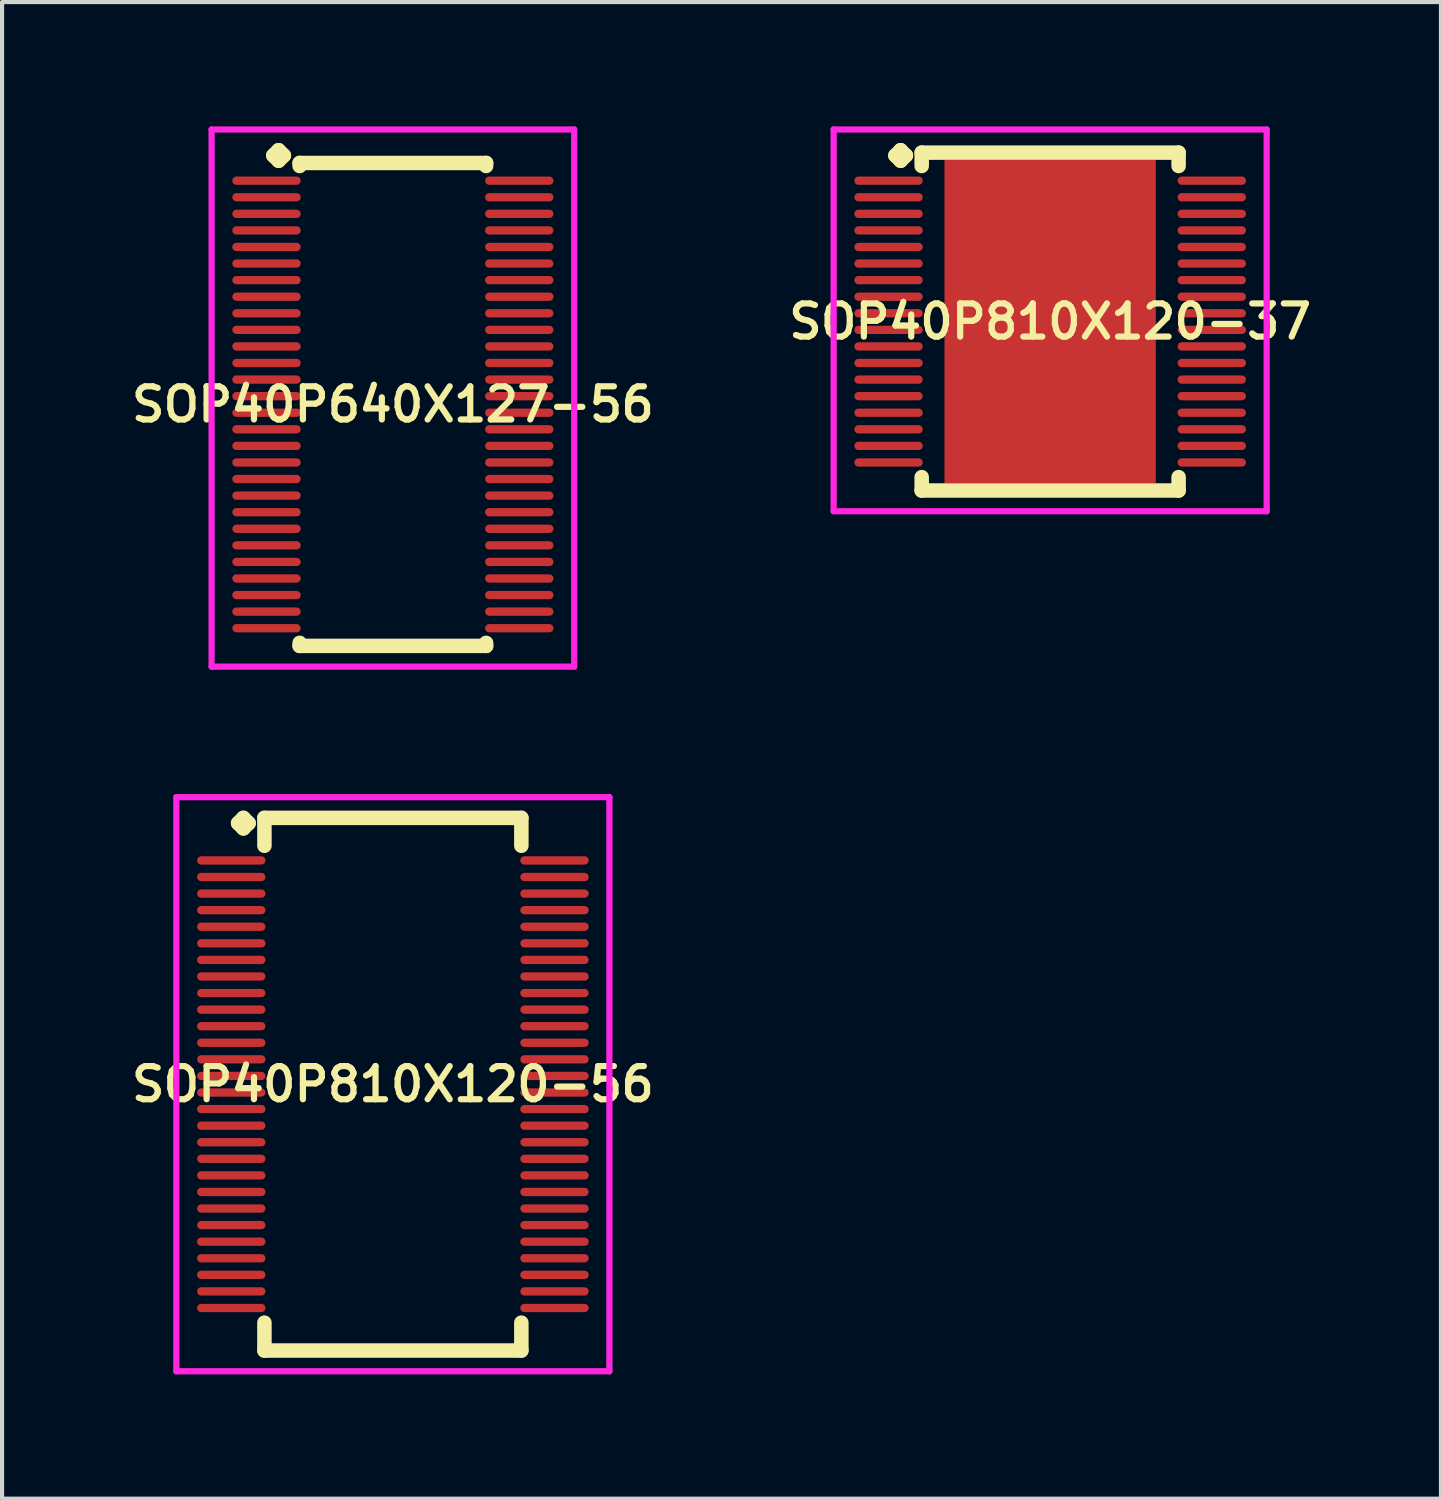
<source format=kicad_pcb>
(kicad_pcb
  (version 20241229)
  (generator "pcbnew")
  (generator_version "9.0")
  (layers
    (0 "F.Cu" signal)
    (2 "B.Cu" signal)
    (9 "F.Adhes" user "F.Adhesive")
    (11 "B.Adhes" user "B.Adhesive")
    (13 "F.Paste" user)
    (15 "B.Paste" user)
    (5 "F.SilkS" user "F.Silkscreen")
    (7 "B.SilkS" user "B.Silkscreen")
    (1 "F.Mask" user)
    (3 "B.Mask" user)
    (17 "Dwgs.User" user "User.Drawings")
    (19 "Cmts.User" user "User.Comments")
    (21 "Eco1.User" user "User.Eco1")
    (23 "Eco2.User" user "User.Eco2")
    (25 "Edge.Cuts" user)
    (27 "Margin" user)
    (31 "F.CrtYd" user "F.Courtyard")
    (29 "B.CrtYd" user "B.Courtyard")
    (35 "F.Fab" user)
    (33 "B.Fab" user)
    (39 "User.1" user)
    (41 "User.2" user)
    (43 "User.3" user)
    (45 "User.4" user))
  (footprint "SOP40P810X120-37"
    (layer "F.Cu")
    (at 22.292 4.71)
    (property "Reference" "SOP40P810X120-37" (at 0 0 0) (layer "F.SilkS") (effects (font (size 0.8 0.8) (thickness 0.15))))
    (attr smd)
    (fp_line (start -3.735 -4.008) (end -3.608 -4.135) (stroke (width 0.35) (type solid)) (layer "F.SilkS"))
    (fp_line (start -3.608 -4.135) (end -3.481 -4.008) (stroke (width 0.35) (type solid)) (layer "F.SilkS"))
    (fp_line (start -3.608 -3.881) (end -3.735 -4.008) (stroke (width 0.35) (type solid)) (layer "F.SilkS"))
    (fp_line (start -3.481 -4.008) (end -3.608 -3.881) (stroke (width 0.35) (type solid)) (layer "F.SilkS"))
    (fp_line (start -3.1 -4.077) (end 3.1 -4.077) (stroke (width 0.35) (type solid)) (layer "F.SilkS"))
    (fp_line (start -3.1 -3.754) (end -3.1 -4.077) (stroke (width 0.35) (type solid)) (layer "F.SilkS"))
    (fp_line (start -3.1 3.754) (end -3.1 4.077) (stroke (width 0.35) (type solid)) (layer "F.SilkS"))
    (fp_line (start -3.1 4.077) (end 3.1 4.077) (stroke (width 0.35) (type solid)) (layer "F.SilkS"))
    (fp_line (start 3.1 -4.077) (end 3.1 -3.754) (stroke (width 0.35) (type solid)) (layer "F.SilkS"))
    (fp_line (start 3.1 4.077) (end 3.1 3.754) (stroke (width 0.35) (type solid)) (layer "F.SilkS"))
    (fp_line (start -5.225 -4.635) (end 5.225 -4.635) (stroke (width 0.15) (type solid)) (layer "F.CrtYd"))
    (fp_line (start -5.225 4.577) (end -5.225 -4.635) (stroke (width 0.15) (type solid)) (layer "F.CrtYd"))
    (fp_line (start 5.225 -4.635) (end 5.225 4.577) (stroke (width 0.15) (type solid)) (layer "F.CrtYd"))
    (fp_line (start 5.225 4.577) (end -5.225 4.577) (stroke (width 0.15) (type solid)) (layer "F.CrtYd"))
    (pad "1" smd oval (at -3.9 -3.4) (size 1.65 0.2) (layers "F.Cu" "F.Mask" "F.Paste"))
    (pad "2" smd oval (at -3.9 -3) (size 1.65 0.2) (layers "F.Cu" "F.Mask" "F.Paste"))
    (pad "3" smd oval (at -3.9 -2.6) (size 1.65 0.2) (layers "F.Cu" "F.Mask" "F.Paste"))
    (pad "4" smd oval (at -3.9 -2.2) (size 1.65 0.2) (layers "F.Cu" "F.Mask" "F.Paste"))
    (pad "5" smd oval (at -3.9 -1.8) (size 1.65 0.2) (layers "F.Cu" "F.Mask" "F.Paste"))
    (pad "6" smd oval (at -3.9 -1.4) (size 1.65 0.2) (layers "F.Cu" "F.Mask" "F.Paste"))
    (pad "7" smd oval (at -3.9 -1) (size 1.65 0.2) (layers "F.Cu" "F.Mask" "F.Paste"))
    (pad "8" smd oval (at -3.9 -0.6) (size 1.65 0.2) (layers "F.Cu" "F.Mask" "F.Paste"))
    (pad "9" smd oval (at -3.9 -0.2) (size 1.65 0.2) (layers "F.Cu" "F.Mask" "F.Paste"))
    (pad "10" smd oval (at -3.9 0.2) (size 1.65 0.2) (layers "F.Cu" "F.Mask" "F.Paste"))
    (pad "11" smd oval (at -3.9 0.6) (size 1.65 0.2) (layers "F.Cu" "F.Mask" "F.Paste"))
    (pad "12" smd oval (at -3.9 1) (size 1.65 0.2) (layers "F.Cu" "F.Mask" "F.Paste"))
    (pad "13" smd oval (at -3.9 1.4) (size 1.65 0.2) (layers "F.Cu" "F.Mask" "F.Paste"))
    (pad "14" smd oval (at -3.9 1.8) (size 1.65 0.2) (layers "F.Cu" "F.Mask" "F.Paste"))
    (pad "15" smd oval (at -3.9 2.2) (size 1.65 0.2) (layers "F.Cu" "F.Mask" "F.Paste"))
    (pad "16" smd oval (at -3.9 2.6) (size 1.65 0.2) (layers "F.Cu" "F.Mask" "F.Paste"))
    (pad "17" smd oval (at -3.9 3) (size 1.65 0.2) (layers "F.Cu" "F.Mask" "F.Paste"))
    (pad "18" smd oval (at -3.9 3.4) (size 1.65 0.2) (layers "F.Cu" "F.Mask" "F.Paste"))
    (pad "19" smd oval (at 3.9 3.4) (size 1.65 0.2) (layers "F.Cu" "F.Mask" "F.Paste"))
    (pad "20" smd oval (at 3.9 3) (size 1.65 0.2) (layers "F.Cu" "F.Mask" "F.Paste"))
    (pad "21" smd oval (at 3.9 2.6) (size 1.65 0.2) (layers "F.Cu" "F.Mask" "F.Paste"))
    (pad "22" smd oval (at 3.9 2.2) (size 1.65 0.2) (layers "F.Cu" "F.Mask" "F.Paste"))
    (pad "23" smd oval (at 3.9 1.8) (size 1.65 0.2) (layers "F.Cu" "F.Mask" "F.Paste"))
    (pad "24" smd oval (at 3.9 1.4) (size 1.65 0.2) (layers "F.Cu" "F.Mask" "F.Paste"))
    (pad "25" smd oval (at 3.9 1) (size 1.65 0.2) (layers "F.Cu" "F.Mask" "F.Paste"))
    (pad "26" smd oval (at 3.9 0.6) (size 1.65 0.2) (layers "F.Cu" "F.Mask" "F.Paste"))
    (pad "27" smd oval (at 3.9 0.2) (size 1.65 0.2) (layers "F.Cu" "F.Mask" "F.Paste"))
    (pad "28" smd oval (at 3.9 -0.2) (size 1.65 0.2) (layers "F.Cu" "F.Mask" "F.Paste"))
    (pad "29" smd oval (at 3.9 -0.6) (size 1.65 0.2) (layers "F.Cu" "F.Mask" "F.Paste"))
    (pad "30" smd oval (at 3.9 -1) (size 1.65 0.2) (layers "F.Cu" "F.Mask" "F.Paste"))
    (pad "31" smd oval (at 3.9 -1.4) (size 1.65 0.2) (layers "F.Cu" "F.Mask" "F.Paste"))
    (pad "32" smd oval (at 3.9 -1.8) (size 1.65 0.2) (layers "F.Cu" "F.Mask" "F.Paste"))
    (pad "33" smd oval (at 3.9 -2.2) (size 1.65 0.2) (layers "F.Cu" "F.Mask" "F.Paste"))
    (pad "34" smd oval (at 3.9 -2.6) (size 1.65 0.2) (layers "F.Cu" "F.Mask" "F.Paste"))
    (pad "35" smd oval (at 3.9 -3) (size 1.65 0.2) (layers "F.Cu" "F.Mask" "F.Paste"))
    (pad "36" smd oval (at 3.9 -3.4) (size 1.65 0.2) (layers "F.Cu" "F.Mask" "F.Paste"))
    (pad "37" smd rect (at 0 0) (size 5.1 7.8) (layers "F.Cu" "F.Mask" "F.Paste")))
  (footprint "SOP40P640X127-56"
    (layer "F.Cu")
    (at 6.431 6.71)
    (property "Reference" "SOP40P640X127-56" (at 0 0 0) (layer "F.SilkS") (effects (font (size 0.8 0.8) (thickness 0.15))))
    (attr smd)
    (fp_line (start -2.885 -6.008) (end -2.758 -6.135) (stroke (width 0.35) (type solid)) (layer "F.SilkS"))
    (fp_line (start -2.758 -6.135) (end -2.631 -6.008) (stroke (width 0.35) (type solid)) (layer "F.SilkS"))
    (fp_line (start -2.758 -5.881) (end -2.885 -6.008) (stroke (width 0.35) (type solid)) (layer "F.SilkS"))
    (fp_line (start -2.631 -6.008) (end -2.758 -5.881) (stroke (width 0.35) (type solid)) (layer "F.SilkS"))
    (fp_line (start -2.25 -5.827) (end 2.25 -5.827) (stroke (width 0.35) (type solid)) (layer "F.SilkS"))
    (fp_line (start -2.25 -5.754) (end -2.25 -5.827) (stroke (width 0.35) (type solid)) (layer "F.SilkS"))
    (fp_line (start -2.25 5.754) (end -2.25 5.827) (stroke (width 0.35) (type solid)) (layer "F.SilkS"))
    (fp_line (start -2.25 5.827) (end 2.25 5.827) (stroke (width 0.35) (type solid)) (layer "F.SilkS"))
    (fp_line (start 2.25 -5.827) (end 2.25 -5.754) (stroke (width 0.35) (type solid)) (layer "F.SilkS"))
    (fp_line (start 2.25 5.827) (end 2.25 5.754) (stroke (width 0.35) (type solid)) (layer "F.SilkS"))
    (fp_line (start -4.375 -6.635) (end 4.375 -6.635) (stroke (width 0.15) (type solid)) (layer "F.CrtYd"))
    (fp_line (start -4.375 6.327) (end -4.375 -6.635) (stroke (width 0.15) (type solid)) (layer "F.CrtYd"))
    (fp_line (start 4.375 -6.635) (end 4.375 6.327) (stroke (width 0.15) (type solid)) (layer "F.CrtYd"))
    (fp_line (start 4.375 6.327) (end -4.375 6.327) (stroke (width 0.15) (type solid)) (layer "F.CrtYd"))
    (pad "1" smd oval (at -3.05 -5.4) (size 1.65 0.2) (layers "F.Cu" "F.Mask" "F.Paste"))
    (pad "2" smd oval (at -3.05 -5) (size 1.65 0.2) (layers "F.Cu" "F.Mask" "F.Paste"))
    (pad "3" smd oval (at -3.05 -4.6) (size 1.65 0.2) (layers "F.Cu" "F.Mask" "F.Paste"))
    (pad "4" smd oval (at -3.05 -4.2) (size 1.65 0.2) (layers "F.Cu" "F.Mask" "F.Paste"))
    (pad "5" smd oval (at -3.05 -3.8) (size 1.65 0.2) (layers "F.Cu" "F.Mask" "F.Paste"))
    (pad "6" smd oval (at -3.05 -3.4) (size 1.65 0.2) (layers "F.Cu" "F.Mask" "F.Paste"))
    (pad "7" smd oval (at -3.05 -3) (size 1.65 0.2) (layers "F.Cu" "F.Mask" "F.Paste"))
    (pad "8" smd oval (at -3.05 -2.6) (size 1.65 0.2) (layers "F.Cu" "F.Mask" "F.Paste"))
    (pad "9" smd oval (at -3.05 -2.2) (size 1.65 0.2) (layers "F.Cu" "F.Mask" "F.Paste"))
    (pad "10" smd oval (at -3.05 -1.8) (size 1.65 0.2) (layers "F.Cu" "F.Mask" "F.Paste"))
    (pad "11" smd oval (at -3.05 -1.4) (size 1.65 0.2) (layers "F.Cu" "F.Mask" "F.Paste"))
    (pad "12" smd oval (at -3.05 -1) (size 1.65 0.2) (layers "F.Cu" "F.Mask" "F.Paste"))
    (pad "13" smd oval (at -3.05 -0.6) (size 1.65 0.2) (layers "F.Cu" "F.Mask" "F.Paste"))
    (pad "14" smd oval (at -3.05 -0.2) (size 1.65 0.2) (layers "F.Cu" "F.Mask" "F.Paste"))
    (pad "15" smd oval (at -3.05 0.2) (size 1.65 0.2) (layers "F.Cu" "F.Mask" "F.Paste"))
    (pad "16" smd oval (at -3.05 0.6) (size 1.65 0.2) (layers "F.Cu" "F.Mask" "F.Paste"))
    (pad "17" smd oval (at -3.05 1) (size 1.65 0.2) (layers "F.Cu" "F.Mask" "F.Paste"))
    (pad "18" smd oval (at -3.05 1.4) (size 1.65 0.2) (layers "F.Cu" "F.Mask" "F.Paste"))
    (pad "19" smd oval (at -3.05 1.8) (size 1.65 0.2) (layers "F.Cu" "F.Mask" "F.Paste"))
    (pad "20" smd oval (at -3.05 2.2) (size 1.65 0.2) (layers "F.Cu" "F.Mask" "F.Paste"))
    (pad "21" smd oval (at -3.05 2.6) (size 1.65 0.2) (layers "F.Cu" "F.Mask" "F.Paste"))
    (pad "22" smd oval (at -3.05 3) (size 1.65 0.2) (layers "F.Cu" "F.Mask" "F.Paste"))
    (pad "23" smd oval (at -3.05 3.4) (size 1.65 0.2) (layers "F.Cu" "F.Mask" "F.Paste"))
    (pad "24" smd oval (at -3.05 3.8) (size 1.65 0.2) (layers "F.Cu" "F.Mask" "F.Paste"))
    (pad "25" smd oval (at -3.05 4.2) (size 1.65 0.2) (layers "F.Cu" "F.Mask" "F.Paste"))
    (pad "26" smd oval (at -3.05 4.6) (size 1.65 0.2) (layers "F.Cu" "F.Mask" "F.Paste"))
    (pad "27" smd oval (at -3.05 5) (size 1.65 0.2) (layers "F.Cu" "F.Mask" "F.Paste"))
    (pad "28" smd oval (at -3.05 5.4) (size 1.65 0.2) (layers "F.Cu" "F.Mask" "F.Paste"))
    (pad "29" smd oval (at 3.05 5.4) (size 1.65 0.2) (layers "F.Cu" "F.Mask" "F.Paste"))
    (pad "30" smd oval (at 3.05 5) (size 1.65 0.2) (layers "F.Cu" "F.Mask" "F.Paste"))
    (pad "31" smd oval (at 3.05 4.6) (size 1.65 0.2) (layers "F.Cu" "F.Mask" "F.Paste"))
    (pad "32" smd oval (at 3.05 4.2) (size 1.65 0.2) (layers "F.Cu" "F.Mask" "F.Paste"))
    (pad "33" smd oval (at 3.05 3.8) (size 1.65 0.2) (layers "F.Cu" "F.Mask" "F.Paste"))
    (pad "34" smd oval (at 3.05 3.4) (size 1.65 0.2) (layers "F.Cu" "F.Mask" "F.Paste"))
    (pad "35" smd oval (at 3.05 3) (size 1.65 0.2) (layers "F.Cu" "F.Mask" "F.Paste"))
    (pad "36" smd oval (at 3.05 2.6) (size 1.65 0.2) (layers "F.Cu" "F.Mask" "F.Paste"))
    (pad "37" smd oval (at 3.05 2.2) (size 1.65 0.2) (layers "F.Cu" "F.Mask" "F.Paste"))
    (pad "38" smd oval (at 3.05 1.8) (size 1.65 0.2) (layers "F.Cu" "F.Mask" "F.Paste"))
    (pad "39" smd oval (at 3.05 1.4) (size 1.65 0.2) (layers "F.Cu" "F.Mask" "F.Paste"))
    (pad "40" smd oval (at 3.05 1) (size 1.65 0.2) (layers "F.Cu" "F.Mask" "F.Paste"))
    (pad "41" smd oval (at 3.05 0.6) (size 1.65 0.2) (layers "F.Cu" "F.Mask" "F.Paste"))
    (pad "42" smd oval (at 3.05 0.2) (size 1.65 0.2) (layers "F.Cu" "F.Mask" "F.Paste"))
    (pad "43" smd oval (at 3.05 -0.2) (size 1.65 0.2) (layers "F.Cu" "F.Mask" "F.Paste"))
    (pad "44" smd oval (at 3.05 -0.6) (size 1.65 0.2) (layers "F.Cu" "F.Mask" "F.Paste"))
    (pad "45" smd oval (at 3.05 -1) (size 1.65 0.2) (layers "F.Cu" "F.Mask" "F.Paste"))
    (pad "46" smd oval (at 3.05 -1.4) (size 1.65 0.2) (layers "F.Cu" "F.Mask" "F.Paste"))
    (pad "47" smd oval (at 3.05 -1.8) (size 1.65 0.2) (layers "F.Cu" "F.Mask" "F.Paste"))
    (pad "48" smd oval (at 3.05 -2.2) (size 1.65 0.2) (layers "F.Cu" "F.Mask" "F.Paste"))
    (pad "49" smd oval (at 3.05 -2.6) (size 1.65 0.2) (layers "F.Cu" "F.Mask" "F.Paste"))
    (pad "50" smd oval (at 3.05 -3) (size 1.65 0.2) (layers "F.Cu" "F.Mask" "F.Paste"))
    (pad "51" smd oval (at 3.05 -3.4) (size 1.65 0.2) (layers "F.Cu" "F.Mask" "F.Paste"))
    (pad "52" smd oval (at 3.05 -3.8) (size 1.65 0.2) (layers "F.Cu" "F.Mask" "F.Paste"))
    (pad "53" smd oval (at 3.05 -4.2) (size 1.65 0.2) (layers "F.Cu" "F.Mask" "F.Paste"))
    (pad "54" smd oval (at 3.05 -4.6) (size 1.65 0.2) (layers "F.Cu" "F.Mask" "F.Paste"))
    (pad "55" smd oval (at 3.05 -5) (size 1.65 0.2) (layers "F.Cu" "F.Mask" "F.Paste"))
    (pad "56" smd oval (at 3.05 -5.4) (size 1.65 0.2) (layers "F.Cu" "F.Mask" "F.Paste")))
  (footprint "SOP40P810X120-56"
    (layer "F.Cu")
    (at 6.431 23.114)
    (property "Reference" "SOP40P810X120-56" (at 0 0 0) (layer "F.SilkS") (effects (font (size 0.8 0.8) (thickness 0.15))))
    (attr smd)
    (fp_line (start -3.735 -6.3) (end -3.608 -6.427) (stroke (width 0.35) (type solid)) (layer "F.SilkS"))
    (fp_line (start -3.608 -6.427) (end -3.481 -6.3) (stroke (width 0.35) (type solid)) (layer "F.SilkS"))
    (fp_line (start -3.608 -6.173) (end -3.735 -6.3) (stroke (width 0.35) (type solid)) (layer "F.SilkS"))
    (fp_line (start -3.481 -6.3) (end -3.608 -6.173) (stroke (width 0.35) (type solid)) (layer "F.SilkS"))
    (fp_line (start -3.1 -6.427) (end 3.1 -6.427) (stroke (width 0.35) (type solid)) (layer "F.SilkS"))
    (fp_line (start -3.1 -5.754) (end -3.1 -6.427) (stroke (width 0.35) (type solid)) (layer "F.SilkS"))
    (fp_line (start -3.1 5.754) (end -3.1 6.427) (stroke (width 0.35) (type solid)) (layer "F.SilkS"))
    (fp_line (start -3.1 6.427) (end 3.1 6.427) (stroke (width 0.35) (type solid)) (layer "F.SilkS"))
    (fp_line (start 3.1 -6.427) (end 3.1 -5.754) (stroke (width 0.35) (type solid)) (layer "F.SilkS"))
    (fp_line (start 3.1 6.427) (end 3.1 5.754) (stroke (width 0.35) (type solid)) (layer "F.SilkS"))
    (fp_line (start -5.225 -6.927) (end 5.225 -6.927) (stroke (width 0.15) (type solid)) (layer "F.CrtYd"))
    (fp_line (start -5.225 6.927) (end -5.225 -6.927) (stroke (width 0.15) (type solid)) (layer "F.CrtYd"))
    (fp_line (start 5.225 -6.927) (end 5.225 6.927) (stroke (width 0.15) (type solid)) (layer "F.CrtYd"))
    (fp_line (start 5.225 6.927) (end -5.225 6.927) (stroke (width 0.15) (type solid)) (layer "F.CrtYd"))
    (pad "1" smd oval (at -3.9 -5.4) (size 1.65 0.2) (layers "F.Cu" "F.Mask" "F.Paste"))
    (pad "2" smd oval (at -3.9 -5) (size 1.65 0.2) (layers "F.Cu" "F.Mask" "F.Paste"))
    (pad "3" smd oval (at -3.9 -4.6) (size 1.65 0.2) (layers "F.Cu" "F.Mask" "F.Paste"))
    (pad "4" smd oval (at -3.9 -4.2) (size 1.65 0.2) (layers "F.Cu" "F.Mask" "F.Paste"))
    (pad "5" smd oval (at -3.9 -3.8) (size 1.65 0.2) (layers "F.Cu" "F.Mask" "F.Paste"))
    (pad "6" smd oval (at -3.9 -3.4) (size 1.65 0.2) (layers "F.Cu" "F.Mask" "F.Paste"))
    (pad "7" smd oval (at -3.9 -3) (size 1.65 0.2) (layers "F.Cu" "F.Mask" "F.Paste"))
    (pad "8" smd oval (at -3.9 -2.6) (size 1.65 0.2) (layers "F.Cu" "F.Mask" "F.Paste"))
    (pad "9" smd oval (at -3.9 -2.2) (size 1.65 0.2) (layers "F.Cu" "F.Mask" "F.Paste"))
    (pad "10" smd oval (at -3.9 -1.8) (size 1.65 0.2) (layers "F.Cu" "F.Mask" "F.Paste"))
    (pad "11" smd oval (at -3.9 -1.4) (size 1.65 0.2) (layers "F.Cu" "F.Mask" "F.Paste"))
    (pad "12" smd oval (at -3.9 -1) (size 1.65 0.2) (layers "F.Cu" "F.Mask" "F.Paste"))
    (pad "13" smd oval (at -3.9 -0.6) (size 1.65 0.2) (layers "F.Cu" "F.Mask" "F.Paste"))
    (pad "14" smd oval (at -3.9 -0.2) (size 1.65 0.2) (layers "F.Cu" "F.Mask" "F.Paste"))
    (pad "15" smd oval (at -3.9 0.2) (size 1.65 0.2) (layers "F.Cu" "F.Mask" "F.Paste"))
    (pad "16" smd oval (at -3.9 0.6) (size 1.65 0.2) (layers "F.Cu" "F.Mask" "F.Paste"))
    (pad "17" smd oval (at -3.9 1) (size 1.65 0.2) (layers "F.Cu" "F.Mask" "F.Paste"))
    (pad "18" smd oval (at -3.9 1.4) (size 1.65 0.2) (layers "F.Cu" "F.Mask" "F.Paste"))
    (pad "19" smd oval (at -3.9 1.8) (size 1.65 0.2) (layers "F.Cu" "F.Mask" "F.Paste"))
    (pad "20" smd oval (at -3.9 2.2) (size 1.65 0.2) (layers "F.Cu" "F.Mask" "F.Paste"))
    (pad "21" smd oval (at -3.9 2.6) (size 1.65 0.2) (layers "F.Cu" "F.Mask" "F.Paste"))
    (pad "22" smd oval (at -3.9 3) (size 1.65 0.2) (layers "F.Cu" "F.Mask" "F.Paste"))
    (pad "23" smd oval (at -3.9 3.4) (size 1.65 0.2) (layers "F.Cu" "F.Mask" "F.Paste"))
    (pad "24" smd oval (at -3.9 3.8) (size 1.65 0.2) (layers "F.Cu" "F.Mask" "F.Paste"))
    (pad "25" smd oval (at -3.9 4.2) (size 1.65 0.2) (layers "F.Cu" "F.Mask" "F.Paste"))
    (pad "26" smd oval (at -3.9 4.6) (size 1.65 0.2) (layers "F.Cu" "F.Mask" "F.Paste"))
    (pad "27" smd oval (at -3.9 5) (size 1.65 0.2) (layers "F.Cu" "F.Mask" "F.Paste"))
    (pad "28" smd oval (at -3.9 5.4) (size 1.65 0.2) (layers "F.Cu" "F.Mask" "F.Paste"))
    (pad "29" smd oval (at 3.9 5.4) (size 1.65 0.2) (layers "F.Cu" "F.Mask" "F.Paste"))
    (pad "30" smd oval (at 3.9 5) (size 1.65 0.2) (layers "F.Cu" "F.Mask" "F.Paste"))
    (pad "31" smd oval (at 3.9 4.6) (size 1.65 0.2) (layers "F.Cu" "F.Mask" "F.Paste"))
    (pad "32" smd oval (at 3.9 4.2) (size 1.65 0.2) (layers "F.Cu" "F.Mask" "F.Paste"))
    (pad "33" smd oval (at 3.9 3.8) (size 1.65 0.2) (layers "F.Cu" "F.Mask" "F.Paste"))
    (pad "34" smd oval (at 3.9 3.4) (size 1.65 0.2) (layers "F.Cu" "F.Mask" "F.Paste"))
    (pad "35" smd oval (at 3.9 3) (size 1.65 0.2) (layers "F.Cu" "F.Mask" "F.Paste"))
    (pad "36" smd oval (at 3.9 2.6) (size 1.65 0.2) (layers "F.Cu" "F.Mask" "F.Paste"))
    (pad "37" smd oval (at 3.9 2.2) (size 1.65 0.2) (layers "F.Cu" "F.Mask" "F.Paste"))
    (pad "38" smd oval (at 3.9 1.8) (size 1.65 0.2) (layers "F.Cu" "F.Mask" "F.Paste"))
    (pad "39" smd oval (at 3.9 1.4) (size 1.65 0.2) (layers "F.Cu" "F.Mask" "F.Paste"))
    (pad "40" smd oval (at 3.9 1) (size 1.65 0.2) (layers "F.Cu" "F.Mask" "F.Paste"))
    (pad "41" smd oval (at 3.9 0.6) (size 1.65 0.2) (layers "F.Cu" "F.Mask" "F.Paste"))
    (pad "42" smd oval (at 3.9 0.2) (size 1.65 0.2) (layers "F.Cu" "F.Mask" "F.Paste"))
    (pad "43" smd oval (at 3.9 -0.2) (size 1.65 0.2) (layers "F.Cu" "F.Mask" "F.Paste"))
    (pad "44" smd oval (at 3.9 -0.6) (size 1.65 0.2) (layers "F.Cu" "F.Mask" "F.Paste"))
    (pad "45" smd oval (at 3.9 -1) (size 1.65 0.2) (layers "F.Cu" "F.Mask" "F.Paste"))
    (pad "46" smd oval (at 3.9 -1.4) (size 1.65 0.2) (layers "F.Cu" "F.Mask" "F.Paste"))
    (pad "47" smd oval (at 3.9 -1.8) (size 1.65 0.2) (layers "F.Cu" "F.Mask" "F.Paste"))
    (pad "48" smd oval (at 3.9 -2.2) (size 1.65 0.2) (layers "F.Cu" "F.Mask" "F.Paste"))
    (pad "49" smd oval (at 3.9 -2.6) (size 1.65 0.2) (layers "F.Cu" "F.Mask" "F.Paste"))
    (pad "50" smd oval (at 3.9 -3) (size 1.65 0.2) (layers "F.Cu" "F.Mask" "F.Paste"))
    (pad "51" smd oval (at 3.9 -3.4) (size 1.65 0.2) (layers "F.Cu" "F.Mask" "F.Paste"))
    (pad "52" smd oval (at 3.9 -3.8) (size 1.65 0.2) (layers "F.Cu" "F.Mask" "F.Paste"))
    (pad "53" smd oval (at 3.9 -4.2) (size 1.65 0.2) (layers "F.Cu" "F.Mask" "F.Paste"))
    (pad "54" smd oval (at 3.9 -4.6) (size 1.65 0.2) (layers "F.Cu" "F.Mask" "F.Paste"))
    (pad "55" smd oval (at 3.9 -5) (size 1.65 0.2) (layers "F.Cu" "F.Mask" "F.Paste"))
    (pad "56" smd oval (at 3.9 -5.4) (size 1.65 0.2) (layers "F.Cu" "F.Mask" "F.Paste")))
  (gr_rect
    (start -3 -3)
    (end 31.723 33.116)
    (stroke (width 0.1) (type default))
    (fill no)
    (layer "Edge.Cuts")))
</source>
